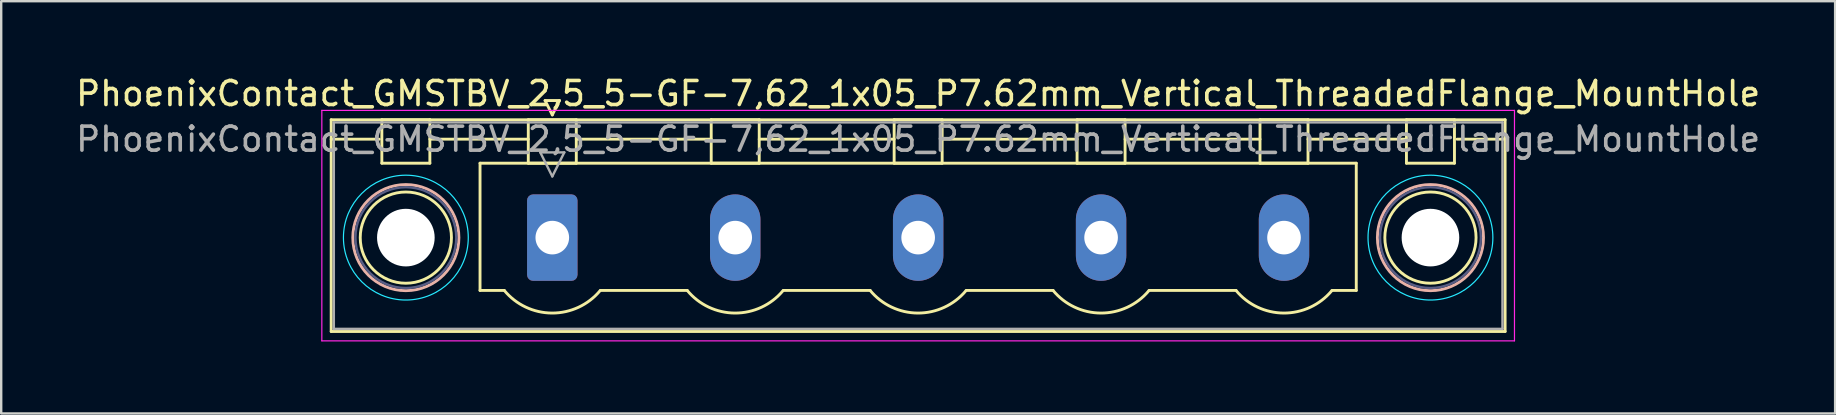
<source format=kicad_pcb>
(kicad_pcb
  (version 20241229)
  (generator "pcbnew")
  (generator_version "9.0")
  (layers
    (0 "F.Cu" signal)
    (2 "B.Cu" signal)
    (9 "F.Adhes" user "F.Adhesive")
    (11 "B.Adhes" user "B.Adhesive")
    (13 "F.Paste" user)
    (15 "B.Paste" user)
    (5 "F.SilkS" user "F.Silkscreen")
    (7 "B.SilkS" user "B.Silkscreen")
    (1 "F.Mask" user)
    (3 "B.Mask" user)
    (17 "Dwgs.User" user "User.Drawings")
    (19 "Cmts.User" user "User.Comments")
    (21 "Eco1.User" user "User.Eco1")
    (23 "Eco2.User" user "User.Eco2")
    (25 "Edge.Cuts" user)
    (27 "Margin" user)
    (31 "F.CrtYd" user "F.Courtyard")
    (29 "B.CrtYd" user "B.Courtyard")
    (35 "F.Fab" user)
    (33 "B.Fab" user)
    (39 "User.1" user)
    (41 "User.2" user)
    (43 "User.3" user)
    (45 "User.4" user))
  (footprint "PhoenixContact_GMSTBV_2,5_5-GF-7,62_1x05_P7.62mm_Vertical_ThreadedFlange_MountHole"
    (layer "F.Cu")
    (at 19.956 6.848)
    (property "Reference" "PhoenixContact_GMSTBV_2,5_5-GF-7,62_1x05_P7.62mm_Vertical_ThreadedFlange_MountHole" (at 15.24 -6 0) (layer "F.SilkS") (effects (font (size 1 1) (thickness 0.15))))
    (attr through_hole)
    (fp_line (start -9.21 -4.91) (end -9.21 3.91) (stroke (width 0.12) (type solid)) (layer "F.SilkS"))
    (fp_line (start -9.21 -4.1) (end -7.21 -4.1) (stroke (width 0.12) (type solid)) (layer "F.SilkS"))
    (fp_line (start -9.21 3.91) (end 39.69 3.91) (stroke (width 0.12) (type solid)) (layer "F.SilkS"))
    (fp_line (start -7.1 -4.91) (end -5.1 -4.91) (stroke (width 0.12) (type solid)) (layer "F.SilkS"))
    (fp_line (start -7.1 -3.1) (end -7.1 -4.91) (stroke (width 0.12) (type solid)) (layer "F.SilkS"))
    (fp_line (start -5.1 -4.91) (end -5.1 -3.1) (stroke (width 0.12) (type solid)) (layer "F.SilkS"))
    (fp_line (start -5.1 -4.1) (end -1 -4.1) (stroke (width 0.12) (type solid)) (layer "F.SilkS"))
    (fp_line (start -5.1 -3.1) (end -7.1 -3.1) (stroke (width 0.12) (type solid)) (layer "F.SilkS"))
    (fp_line (start -3.01 -3.1) (end 33.49 -3.1) (stroke (width 0.12) (type solid)) (layer "F.SilkS"))
    (fp_line (start -3.01 2.2) (end -3.01 -3.1) (stroke (width 0.12) (type solid)) (layer "F.SilkS"))
    (fp_line (start -2 2.2) (end -3.01 2.2) (stroke (width 0.12) (type solid)) (layer "F.SilkS"))
    (fp_line (start -1 -4.91) (end 1 -4.91) (stroke (width 0.12) (type solid)) (layer "F.SilkS"))
    (fp_line (start -1 -3.1) (end -1 -4.91) (stroke (width 0.12) (type solid)) (layer "F.SilkS"))
    (fp_line (start -0.3 -5.71) (end 0.3 -5.71) (stroke (width 0.12) (type solid)) (layer "F.SilkS"))
    (fp_line (start 0 -5.11) (end -0.3 -5.71) (stroke (width 0.12) (type solid)) (layer "F.SilkS"))
    (fp_line (start 0.3 -5.71) (end 0 -5.11) (stroke (width 0.12) (type solid)) (layer "F.SilkS"))
    (fp_line (start 1 -4.91) (end 1 -3.1) (stroke (width 0.12) (type solid)) (layer "F.SilkS"))
    (fp_line (start 1 -4.1) (end 6.62 -4.1) (stroke (width 0.12) (type solid)) (layer "F.SilkS"))
    (fp_line (start 1 -3.1) (end -1 -3.1) (stroke (width 0.12) (type solid)) (layer "F.SilkS"))
    (fp_line (start 2 2.2) (end 5.62 2.2) (stroke (width 0.12) (type solid)) (layer "F.SilkS"))
    (fp_line (start 6.62 -4.91) (end 8.62 -4.91) (stroke (width 0.12) (type solid)) (layer "F.SilkS"))
    (fp_line (start 6.62 -3.1) (end 6.62 -4.91) (stroke (width 0.12) (type solid)) (layer "F.SilkS"))
    (fp_line (start 8.62 -4.91) (end 8.62 -3.1) (stroke (width 0.12) (type solid)) (layer "F.SilkS"))
    (fp_line (start 8.62 -4.1) (end 14.24 -4.1) (stroke (width 0.12) (type solid)) (layer "F.SilkS"))
    (fp_line (start 8.62 -3.1) (end 6.62 -3.1) (stroke (width 0.12) (type solid)) (layer "F.SilkS"))
    (fp_line (start 9.62 2.2) (end 13.24 2.2) (stroke (width 0.12) (type solid)) (layer "F.SilkS"))
    (fp_line (start 14.24 -4.91) (end 16.24 -4.91) (stroke (width 0.12) (type solid)) (layer "F.SilkS"))
    (fp_line (start 14.24 -3.1) (end 14.24 -4.91) (stroke (width 0.12) (type solid)) (layer "F.SilkS"))
    (fp_line (start 16.24 -4.91) (end 16.24 -3.1) (stroke (width 0.12) (type solid)) (layer "F.SilkS"))
    (fp_line (start 16.24 -4.1) (end 21.86 -4.1) (stroke (width 0.12) (type solid)) (layer "F.SilkS"))
    (fp_line (start 16.24 -3.1) (end 14.24 -3.1) (stroke (width 0.12) (type solid)) (layer "F.SilkS"))
    (fp_line (start 17.24 2.2) (end 20.86 2.2) (stroke (width 0.12) (type solid)) (layer "F.SilkS"))
    (fp_line (start 21.86 -4.91) (end 23.86 -4.91) (stroke (width 0.12) (type solid)) (layer "F.SilkS"))
    (fp_line (start 21.86 -3.1) (end 21.86 -4.91) (stroke (width 0.12) (type solid)) (layer "F.SilkS"))
    (fp_line (start 23.86 -4.91) (end 23.86 -3.1) (stroke (width 0.12) (type solid)) (layer "F.SilkS"))
    (fp_line (start 23.86 -4.1) (end 29.48 -4.1) (stroke (width 0.12) (type solid)) (layer "F.SilkS"))
    (fp_line (start 23.86 -3.1) (end 21.86 -3.1) (stroke (width 0.12) (type solid)) (layer "F.SilkS"))
    (fp_line (start 24.86 2.2) (end 28.48 2.2) (stroke (width 0.12) (type solid)) (layer "F.SilkS"))
    (fp_line (start 29.48 -4.91) (end 31.48 -4.91) (stroke (width 0.12) (type solid)) (layer "F.SilkS"))
    (fp_line (start 29.48 -3.1) (end 29.48 -4.91) (stroke (width 0.12) (type solid)) (layer "F.SilkS"))
    (fp_line (start 31.48 -4.91) (end 31.48 -3.1) (stroke (width 0.12) (type solid)) (layer "F.SilkS"))
    (fp_line (start 31.48 -4.1) (end 35.58 -4.1) (stroke (width 0.12) (type solid)) (layer "F.SilkS"))
    (fp_line (start 31.48 -3.1) (end 29.48 -3.1) (stroke (width 0.12) (type solid)) (layer "F.SilkS"))
    (fp_line (start 33.49 -3.1) (end 33.49 2.2) (stroke (width 0.12) (type solid)) (layer "F.SilkS"))
    (fp_line (start 33.49 2.2) (end 32.48 2.2) (stroke (width 0.12) (type solid)) (layer "F.SilkS"))
    (fp_line (start 35.58 -4.91) (end 37.58 -4.91) (stroke (width 0.12) (type solid)) (layer "F.SilkS"))
    (fp_line (start 35.58 -3.1) (end 35.58 -4.91) (stroke (width 0.12) (type solid)) (layer "F.SilkS"))
    (fp_line (start 37.58 -4.91) (end 37.58 -3.1) (stroke (width 0.12) (type solid)) (layer "F.SilkS"))
    (fp_line (start 37.58 -3.1) (end 35.58 -3.1) (stroke (width 0.12) (type solid)) (layer "F.SilkS"))
    (fp_line (start 39.69 -4.91) (end -9.21 -4.91) (stroke (width 0.12) (type solid)) (layer "F.SilkS"))
    (fp_line (start 39.69 -4.1) (end 37.69 -4.1) (stroke (width 0.12) (type solid)) (layer "F.SilkS"))
    (fp_line (start 39.69 3.91) (end 39.69 -4.91) (stroke (width 0.12) (type solid)) (layer "F.SilkS"))
    (fp_arc (start 1.986842 2.215821) (mid -0.010289 3.142758) (end -2 2.2) (stroke (width 0.12) (type solid)) (layer "F.SilkS"))
    (fp_arc (start 9.606842 2.215821) (mid 7.609711 3.142758) (end 5.62 2.2) (stroke (width 0.12) (type solid)) (layer "F.SilkS"))
    (fp_arc (start 17.226842 2.215821) (mid 15.229711 3.142758) (end 13.24 2.2) (stroke (width 0.12) (type solid)) (layer "F.SilkS"))
    (fp_arc (start 24.846842 2.215821) (mid 22.849711 3.142758) (end 20.86 2.2) (stroke (width 0.12) (type solid)) (layer "F.SilkS"))
    (fp_arc (start 32.466842 2.215821) (mid 30.469711 3.142758) (end 28.48 2.2) (stroke (width 0.12) (type solid)) (layer "F.SilkS"))
    (fp_circle (center -6.1 0) (end -4.2 0) (stroke (width 0.12) (type solid)) (fill no) (layer "F.SilkS"))
    (fp_circle (center 36.58 0) (end 38.48 0) (stroke (width 0.12) (type solid)) (fill no) (layer "F.SilkS"))
    (fp_circle (center -6.1 0) (end -3.89 0) (stroke (width 0.12) (type solid)) (fill no) (layer "B.SilkS"))
    (fp_circle (center 36.58 0) (end 38.79 0) (stroke (width 0.12) (type solid)) (fill no) (layer "B.SilkS"))
    (fp_circle (center -6.1 0) (end -3.5 0) (stroke (width 0.05) (type solid)) (fill no) (layer "B.CrtYd"))
    (fp_circle (center 36.58 0) (end 39.18 0) (stroke (width 0.05) (type solid)) (fill no) (layer "B.CrtYd"))
    (fp_line (start -9.6 -5.3) (end -9.6 4.3) (stroke (width 0.05) (type solid)) (layer "F.CrtYd"))
    (fp_line (start -9.6 4.3) (end 40.08 4.3) (stroke (width 0.05) (type solid)) (layer "F.CrtYd"))
    (fp_line (start 40.08 -5.3) (end -9.6 -5.3) (stroke (width 0.05) (type solid)) (layer "F.CrtYd"))
    (fp_line (start 40.08 4.3) (end 40.08 -5.3) (stroke (width 0.05) (type solid)) (layer "F.CrtYd"))
    (fp_circle (center -6.1 0) (end -4 0) (stroke (width 0.1) (type solid)) (fill no) (layer "B.Fab"))
    (fp_circle (center 36.58 0) (end 38.68 0) (stroke (width 0.1) (type solid)) (fill no) (layer "B.Fab"))
    (fp_line (start -9.1 -4.8) (end -9.1 3.8) (stroke (width 0.1) (type solid)) (layer "F.Fab"))
    (fp_line (start -9.1 3.8) (end 39.58 3.8) (stroke (width 0.1) (type solid)) (layer "F.Fab"))
    (fp_line (start -0.5 -3.55) (end 0.5 -3.55) (stroke (width 0.1) (type solid)) (layer "F.Fab"))
    (fp_line (start 0 -2.55) (end -0.5 -3.55) (stroke (width 0.1) (type solid)) (layer "F.Fab"))
    (fp_line (start 0.5 -3.55) (end 0 -2.55) (stroke (width 0.1) (type solid)) (layer "F.Fab"))
    (fp_line (start 39.58 -4.8) (end -9.1 -4.8) (stroke (width 0.1) (type solid)) (layer "F.Fab"))
    (fp_line (start 39.58 3.8) (end 39.58 -4.8) (stroke (width 0.1) (type solid)) (layer "F.Fab"))
    (fp_text user "${REFERENCE}" (at 15.24 -4.1 0) (layer "F.Fab") (effects (font (size 1 1) (thickness 0.15))))
    (pad "" np_thru_hole circle (at -6.1 0) (size 2.4 2.4) (drill 2.4) (layers "*.Cu" "*.Mask"))
    (pad "" np_thru_hole circle (at 36.58 0) (size 2.4 2.4) (drill 2.4) (layers "*.Cu" "*.Mask"))
    (pad "1" thru_hole roundrect (at 0 0) (size 2.1 3.6) (drill 1.4) (layers "*.Cu" "*.Mask") (roundrect_rratio 0.119))
    (pad "2" thru_hole oval (at 7.62 0) (size 2.1 3.6) (drill 1.4) (layers "*.Cu" "*.Mask"))
    (pad "3" thru_hole oval (at 15.24 0) (size 2.1 3.6) (drill 1.4) (layers "*.Cu" "*.Mask"))
    (pad "4" thru_hole oval (at 22.86 0) (size 2.1 3.6) (drill 1.4) (layers "*.Cu" "*.Mask"))
    (pad "5" thru_hole oval (at 30.48 0) (size 2.1 3.6) (drill 1.4) (layers "*.Cu" "*.Mask")))
  (gr_rect
    (start -3 -3)
    (end 73.393 14.173)
    (stroke (width 0.1) (type default))
    (fill no)
    (layer "Edge.Cuts")))
</source>
